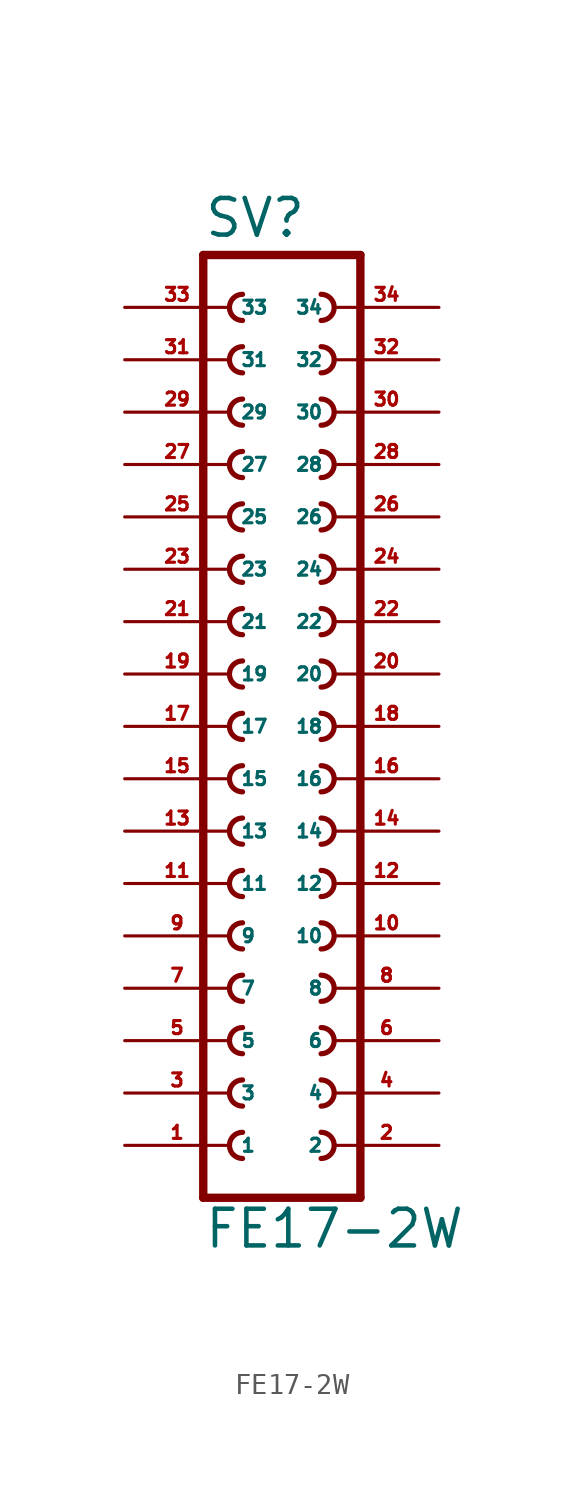
<source format=kicad_sym>
(kicad_symbol_lib
  (version 20220914)
  (generator Eagle2Kicad)
  (symbol "FE17-2W"
    (property "Reference" "SV"
      (at -3.81 23.622 0)
      (effects (font (size 1.778 1.778) (thickness 0.22)) (justify left bottom)))
    (property "Value" "FE17-2W"
      (at -3.81 -25.4 0)
      (effects (font (size 1.778 1.778) (thickness 0.22)) (justify left bottom)))
    (polyline
      (pts (xy 3.81 -22.86) (xy -3.81 -22.86))
      (stroke (width 0.406) (type default))
      (fill (type none)))
    (arc
      (start -1.905 -14.605)
      (mid -2.540 -15.240)
      (end -1.905 -15.875)
      (stroke (width 0.254) (type default))
      (fill (type none)))
    (arc
      (start -1.905 -17.145)
      (mid -2.540 -17.780)
      (end -1.905 -18.415)
      (stroke (width 0.254) (type default))
      (fill (type none)))
    (arc
      (start -1.905 -19.685)
      (mid -2.540 -20.320)
      (end -1.905 -20.955)
      (stroke (width 0.254) (type default))
      (fill (type none)))
    (arc
      (start 1.905 -15.875)
      (mid 2.540 -15.240)
      (end 1.905 -14.605)
      (stroke (width 0.254) (type default))
      (fill (type none)))
    (arc
      (start 1.905 -18.415)
      (mid 2.540 -17.780)
      (end 1.905 -17.145)
      (stroke (width 0.254) (type default))
      (fill (type none)))
    (arc
      (start 1.905 -20.955)
      (mid 2.540 -20.320)
      (end 1.905 -19.685)
      (stroke (width 0.254) (type default))
      (fill (type none)))
    (arc
      (start -1.905 -9.525)
      (mid -2.540 -10.160)
      (end -1.905 -10.795)
      (stroke (width 0.254) (type default))
      (fill (type none)))
    (arc
      (start -1.905 -12.065)
      (mid -2.540 -12.700)
      (end -1.905 -13.335)
      (stroke (width 0.254) (type default))
      (fill (type none)))
    (arc
      (start 1.905 -10.795)
      (mid 2.540 -10.160)
      (end 1.905 -9.525)
      (stroke (width 0.254) (type default))
      (fill (type none)))
    (arc
      (start 1.905 -13.335)
      (mid 2.540 -12.700)
      (end 1.905 -12.065)
      (stroke (width 0.254) (type default))
      (fill (type none)))
    (arc
      (start -1.905 -1.905)
      (mid -2.540 -2.540)
      (end -1.905 -3.175)
      (stroke (width 0.254) (type default))
      (fill (type none)))
    (arc
      (start -1.905 -4.445)
      (mid -2.540 -5.080)
      (end -1.905 -5.715)
      (stroke (width 0.254) (type default))
      (fill (type none)))
    (arc
      (start -1.905 -6.985)
      (mid -2.540 -7.620)
      (end -1.905 -8.255)
      (stroke (width 0.254) (type default))
      (fill (type none)))
    (arc
      (start 1.905 -3.175)
      (mid 2.540 -2.540)
      (end 1.905 -1.905)
      (stroke (width 0.254) (type default))
      (fill (type none)))
    (arc
      (start 1.905 -5.715)
      (mid 2.540 -5.080)
      (end 1.905 -4.445)
      (stroke (width 0.254) (type default))
      (fill (type none)))
    (arc
      (start 1.905 -8.255)
      (mid 2.540 -7.620)
      (end 1.905 -6.985)
      (stroke (width 0.254) (type default))
      (fill (type none)))
    (arc
      (start -1.905 3.175)
      (mid -2.540 2.540)
      (end -1.905 1.905)
      (stroke (width 0.254) (type default))
      (fill (type none)))
    (arc
      (start -1.905 0.635)
      (mid -2.540 0.000)
      (end -1.905 -0.635)
      (stroke (width 0.254) (type default))
      (fill (type none)))
    (arc
      (start 1.905 1.905)
      (mid 2.540 2.540)
      (end 1.905 3.175)
      (stroke (width 0.254) (type default))
      (fill (type none)))
    (arc
      (start 1.905 -0.635)
      (mid 2.540 0.000)
      (end 1.905 0.635)
      (stroke (width 0.254) (type default))
      (fill (type none)))
    (arc
      (start -1.905 10.795)
      (mid -2.540 10.160)
      (end -1.905 9.525)
      (stroke (width 0.254) (type default))
      (fill (type none)))
    (arc
      (start -1.905 8.255)
      (mid -2.540 7.620)
      (end -1.905 6.985)
      (stroke (width 0.254) (type default))
      (fill (type none)))
    (arc
      (start -1.905 5.715)
      (mid -2.540 5.080)
      (end -1.905 4.445)
      (stroke (width 0.254) (type default))
      (fill (type none)))
    (arc
      (start 1.905 9.525)
      (mid 2.540 10.160)
      (end 1.905 10.795)
      (stroke (width 0.254) (type default))
      (fill (type none)))
    (arc
      (start 1.905 6.985)
      (mid 2.540 7.620)
      (end 1.905 8.255)
      (stroke (width 0.254) (type default))
      (fill (type none)))
    (arc
      (start 1.905 4.445)
      (mid 2.540 5.080)
      (end 1.905 5.715)
      (stroke (width 0.254) (type default))
      (fill (type none)))
    (arc
      (start -1.905 15.875)
      (mid -2.540 15.240)
      (end -1.905 14.605)
      (stroke (width 0.254) (type default))
      (fill (type none)))
    (arc
      (start -1.905 13.335)
      (mid -2.540 12.700)
      (end -1.905 12.065)
      (stroke (width 0.254) (type default))
      (fill (type none)))
    (arc
      (start 1.905 14.605)
      (mid 2.540 15.240)
      (end 1.905 15.875)
      (stroke (width 0.254) (type default))
      (fill (type none)))
    (arc
      (start 1.905 12.065)
      (mid 2.540 12.700)
      (end 1.905 13.335)
      (stroke (width 0.254) (type default))
      (fill (type none)))
    (arc
      (start -1.905 20.955)
      (mid -2.540 20.320)
      (end -1.905 19.685)
      (stroke (width 0.254) (type default))
      (fill (type none)))
    (arc
      (start -1.905 18.415)
      (mid -2.540 17.780)
      (end -1.905 17.145)
      (stroke (width 0.254) (type default))
      (fill (type none)))
    (arc
      (start 1.905 19.685)
      (mid 2.540 20.320)
      (end 1.905 20.955)
      (stroke (width 0.254) (type default))
      (fill (type none)))
    (arc
      (start 1.905 17.145)
      (mid 2.540 17.780)
      (end 1.905 18.415)
      (stroke (width 0.254) (type default))
      (fill (type none)))
    (polyline
      (pts (xy -3.81 22.86) (xy -3.81 -22.86))
      (stroke (width 0.406) (type default))
      (fill (type none)))
    (polyline
      (pts (xy 3.81 -22.86) (xy 3.81 22.86))
      (stroke (width 0.406) (type default))
      (fill (type none)))
    (polyline
      (pts (xy -3.81 22.86) (xy 3.81 22.86))
      (stroke (width 0.406) (type default))
      (fill (type none)))
    (pin passive line
      (at -7.62 -20.32 0)
      (length 5.08)
      (name "1" (effects (font (size 0.635 0.635) (thickness 0.08)) (justify left bottom)))
      (number "1" (effects (font (size 0.635 0.635) (thickness 0.08)) (justify left bottom))))
    (pin passive line
      (at -7.62 -17.78 0)
      (length 5.08)
      (name "3" (effects (font (size 0.635 0.635) (thickness 0.08)) (justify left bottom)))
      (number "3" (effects (font (size 0.635 0.635) (thickness 0.08)) (justify left bottom))))
    (pin passive line
      (at -7.62 -15.24 0)
      (length 5.08)
      (name "5" (effects (font (size 0.635 0.635) (thickness 0.08)) (justify left bottom)))
      (number "5" (effects (font (size 0.635 0.635) (thickness 0.08)) (justify left bottom))))
    (pin passive line
      (at 7.62 -20.32 180)
      (length 5.08)
      (name "2" (effects (font (size 0.635 0.635) (thickness 0.08)) (justify left bottom)))
      (number "2" (effects (font (size 0.635 0.635) (thickness 0.08)) (justify left bottom))))
    (pin passive line
      (at 7.62 -17.78 180)
      (length 5.08)
      (name "4" (effects (font (size 0.635 0.635) (thickness 0.08)) (justify left bottom)))
      (number "4" (effects (font (size 0.635 0.635) (thickness 0.08)) (justify left bottom))))
    (pin passive line
      (at 7.62 -15.24 180)
      (length 5.08)
      (name "6" (effects (font (size 0.635 0.635) (thickness 0.08)) (justify left bottom)))
      (number "6" (effects (font (size 0.635 0.635) (thickness 0.08)) (justify left bottom))))
    (pin passive line
      (at -7.62 -12.7 0)
      (length 5.08)
      (name "7" (effects (font (size 0.635 0.635) (thickness 0.08)) (justify left bottom)))
      (number "7" (effects (font (size 0.635 0.635) (thickness 0.08)) (justify left bottom))))
    (pin passive line
      (at -7.62 -10.16 0)
      (length 5.08)
      (name "9" (effects (font (size 0.635 0.635) (thickness 0.08)) (justify left bottom)))
      (number "9" (effects (font (size 0.635 0.635) (thickness 0.08)) (justify left bottom))))
    (pin passive line
      (at 7.62 -12.7 180)
      (length 5.08)
      (name "8" (effects (font (size 0.635 0.635) (thickness 0.08)) (justify left bottom)))
      (number "8" (effects (font (size 0.635 0.635) (thickness 0.08)) (justify left bottom))))
    (pin passive line
      (at 7.62 -10.16 180)
      (length 5.08)
      (name "10" (effects (font (size 0.635 0.635) (thickness 0.08)) (justify left bottom)))
      (number "10" (effects (font (size 0.635 0.635) (thickness 0.08)) (justify left bottom))))
    (pin passive line
      (at -7.62 -7.62 0)
      (length 5.08)
      (name "11" (effects (font (size 0.635 0.635) (thickness 0.08)) (justify left bottom)))
      (number "11" (effects (font (size 0.635 0.635) (thickness 0.08)) (justify left bottom))))
    (pin passive line
      (at -7.62 -5.08 0)
      (length 5.08)
      (name "13" (effects (font (size 0.635 0.635) (thickness 0.08)) (justify left bottom)))
      (number "13" (effects (font (size 0.635 0.635) (thickness 0.08)) (justify left bottom))))
    (pin passive line
      (at -7.62 -2.54 0)
      (length 5.08)
      (name "15" (effects (font (size 0.635 0.635) (thickness 0.08)) (justify left bottom)))
      (number "15" (effects (font (size 0.635 0.635) (thickness 0.08)) (justify left bottom))))
    (pin passive line
      (at 7.62 -7.62 180)
      (length 5.08)
      (name "12" (effects (font (size 0.635 0.635) (thickness 0.08)) (justify left bottom)))
      (number "12" (effects (font (size 0.635 0.635) (thickness 0.08)) (justify left bottom))))
    (pin passive line
      (at 7.62 -5.08 180)
      (length 5.08)
      (name "14" (effects (font (size 0.635 0.635) (thickness 0.08)) (justify left bottom)))
      (number "14" (effects (font (size 0.635 0.635) (thickness 0.08)) (justify left bottom))))
    (pin passive line
      (at 7.62 -2.54 180)
      (length 5.08)
      (name "16" (effects (font (size 0.635 0.635) (thickness 0.08)) (justify left bottom)))
      (number "16" (effects (font (size 0.635 0.635) (thickness 0.08)) (justify left bottom))))
    (pin passive line
      (at -7.62 0 0)
      (length 5.08)
      (name "17" (effects (font (size 0.635 0.635) (thickness 0.08)) (justify left bottom)))
      (number "17" (effects (font (size 0.635 0.635) (thickness 0.08)) (justify left bottom))))
    (pin passive line
      (at -7.62 2.54 0)
      (length 5.08)
      (name "19" (effects (font (size 0.635 0.635) (thickness 0.08)) (justify left bottom)))
      (number "19" (effects (font (size 0.635 0.635) (thickness 0.08)) (justify left bottom))))
    (pin passive line
      (at 7.62 0 180)
      (length 5.08)
      (name "18" (effects (font (size 0.635 0.635) (thickness 0.08)) (justify left bottom)))
      (number "18" (effects (font (size 0.635 0.635) (thickness 0.08)) (justify left bottom))))
    (pin passive line
      (at 7.62 2.54 180)
      (length 5.08)
      (name "20" (effects (font (size 0.635 0.635) (thickness 0.08)) (justify left bottom)))
      (number "20" (effects (font (size 0.635 0.635) (thickness 0.08)) (justify left bottom))))
    (pin passive line
      (at -7.62 5.08 0)
      (length 5.08)
      (name "21" (effects (font (size 0.635 0.635) (thickness 0.08)) (justify left bottom)))
      (number "21" (effects (font (size 0.635 0.635) (thickness 0.08)) (justify left bottom))))
    (pin passive line
      (at -7.62 7.62 0)
      (length 5.08)
      (name "23" (effects (font (size 0.635 0.635) (thickness 0.08)) (justify left bottom)))
      (number "23" (effects (font (size 0.635 0.635) (thickness 0.08)) (justify left bottom))))
    (pin passive line
      (at -7.62 10.16 0)
      (length 5.08)
      (name "25" (effects (font (size 0.635 0.635) (thickness 0.08)) (justify left bottom)))
      (number "25" (effects (font (size 0.635 0.635) (thickness 0.08)) (justify left bottom))))
    (pin passive line
      (at 7.62 5.08 180)
      (length 5.08)
      (name "22" (effects (font (size 0.635 0.635) (thickness 0.08)) (justify left bottom)))
      (number "22" (effects (font (size 0.635 0.635) (thickness 0.08)) (justify left bottom))))
    (pin passive line
      (at 7.62 7.62 180)
      (length 5.08)
      (name "24" (effects (font (size 0.635 0.635) (thickness 0.08)) (justify left bottom)))
      (number "24" (effects (font (size 0.635 0.635) (thickness 0.08)) (justify left bottom))))
    (pin passive line
      (at 7.62 10.16 180)
      (length 5.08)
      (name "26" (effects (font (size 0.635 0.635) (thickness 0.08)) (justify left bottom)))
      (number "26" (effects (font (size 0.635 0.635) (thickness 0.08)) (justify left bottom))))
    (pin passive line
      (at -7.62 12.7 0)
      (length 5.08)
      (name "27" (effects (font (size 0.635 0.635) (thickness 0.08)) (justify left bottom)))
      (number "27" (effects (font (size 0.635 0.635) (thickness 0.08)) (justify left bottom))))
    (pin passive line
      (at -7.62 15.24 0)
      (length 5.08)
      (name "29" (effects (font (size 0.635 0.635) (thickness 0.08)) (justify left bottom)))
      (number "29" (effects (font (size 0.635 0.635) (thickness 0.08)) (justify left bottom))))
    (pin passive line
      (at 7.62 12.7 180)
      (length 5.08)
      (name "28" (effects (font (size 0.635 0.635) (thickness 0.08)) (justify left bottom)))
      (number "28" (effects (font (size 0.635 0.635) (thickness 0.08)) (justify left bottom))))
    (pin passive line
      (at 7.62 15.24 180)
      (length 5.08)
      (name "30" (effects (font (size 0.635 0.635) (thickness 0.08)) (justify left bottom)))
      (number "30" (effects (font (size 0.635 0.635) (thickness 0.08)) (justify left bottom))))
    (pin passive line
      (at -7.62 17.78 0)
      (length 5.08)
      (name "31" (effects (font (size 0.635 0.635) (thickness 0.08)) (justify left bottom)))
      (number "31" (effects (font (size 0.635 0.635) (thickness 0.08)) (justify left bottom))))
    (pin passive line
      (at -7.62 20.32 0)
      (length 5.08)
      (name "33" (effects (font (size 0.635 0.635) (thickness 0.08)) (justify left bottom)))
      (number "33" (effects (font (size 0.635 0.635) (thickness 0.08)) (justify left bottom))))
    (pin passive line
      (at 7.62 17.78 180)
      (length 5.08)
      (name "32" (effects (font (size 0.635 0.635) (thickness 0.08)) (justify left bottom)))
      (number "32" (effects (font (size 0.635 0.635) (thickness 0.08)) (justify left bottom))))
    (pin passive line
      (at 7.62 20.32 180)
      (length 5.08)
      (name "34" (effects (font (size 0.635 0.635) (thickness 0.08)) (justify left bottom)))
      (number "34" (effects (font (size 0.635 0.635) (thickness 0.08)) (justify left bottom))))))
</source>
